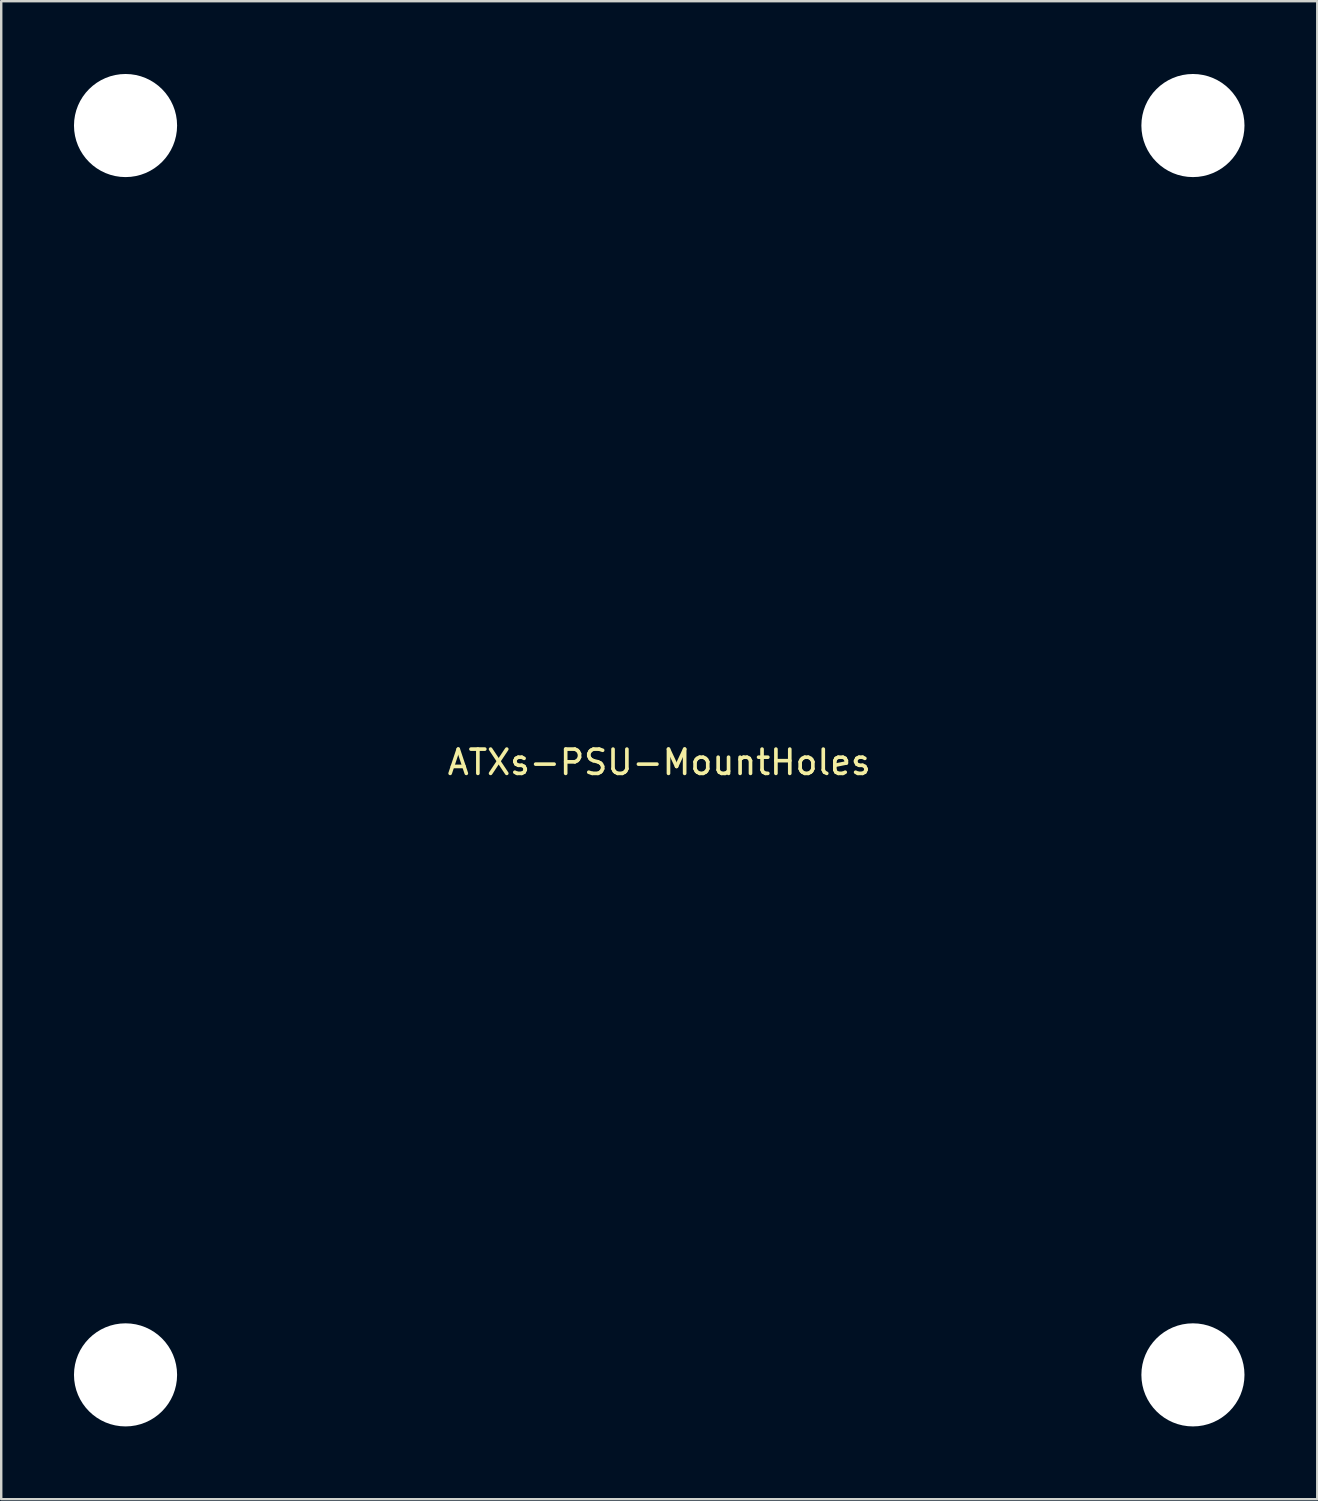
<source format=kicad_pcb>
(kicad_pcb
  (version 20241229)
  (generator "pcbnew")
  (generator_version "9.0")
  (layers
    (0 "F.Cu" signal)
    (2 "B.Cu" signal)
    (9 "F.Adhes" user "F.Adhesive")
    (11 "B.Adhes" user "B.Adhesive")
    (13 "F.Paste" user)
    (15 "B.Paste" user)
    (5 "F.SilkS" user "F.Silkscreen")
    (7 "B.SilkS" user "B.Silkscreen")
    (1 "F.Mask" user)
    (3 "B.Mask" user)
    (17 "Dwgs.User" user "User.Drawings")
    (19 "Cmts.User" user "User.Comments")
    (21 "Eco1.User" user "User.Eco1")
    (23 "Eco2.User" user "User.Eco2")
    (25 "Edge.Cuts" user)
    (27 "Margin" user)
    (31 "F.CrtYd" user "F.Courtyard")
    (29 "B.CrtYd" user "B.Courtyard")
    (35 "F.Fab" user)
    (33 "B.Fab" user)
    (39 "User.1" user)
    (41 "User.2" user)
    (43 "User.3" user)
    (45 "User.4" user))
  (footprint "ATXs-PSU-MountHoles"
    (layer "F.Cu")
    (at 24.125 27.875)
    (property "Reference" "ATXs-PSU-MountHoles" (at 0 0.5 0) (layer "F.SilkS") (effects (font (size 1 1) (thickness 0.15))))
    (attr through_hole)
    (pad "" np_thru_hole circle (at -22 -25.75) (size 4.25 4.25) (drill 4.25) (layers "*.Cu" "*.Mask"))
    (pad "" np_thru_hole circle (at -22 25.75) (size 4.25 4.25) (drill 4.25) (layers "*.Cu" "*.Mask"))
    (pad "" np_thru_hole circle (at 22 -25.75) (size 4.25 4.25) (drill 4.25) (layers "*.Cu" "*.Mask"))
    (pad "" np_thru_hole circle (at 22 25.75) (size 4.25 4.25) (drill 4.25) (layers "*.Cu" "*.Mask")))
  (gr_rect
    (start -3 -3)
    (end 51.25 58.75)
    (stroke (width 0.1) (type default))
    (fill no)
    (layer "Edge.Cuts")))
</source>
